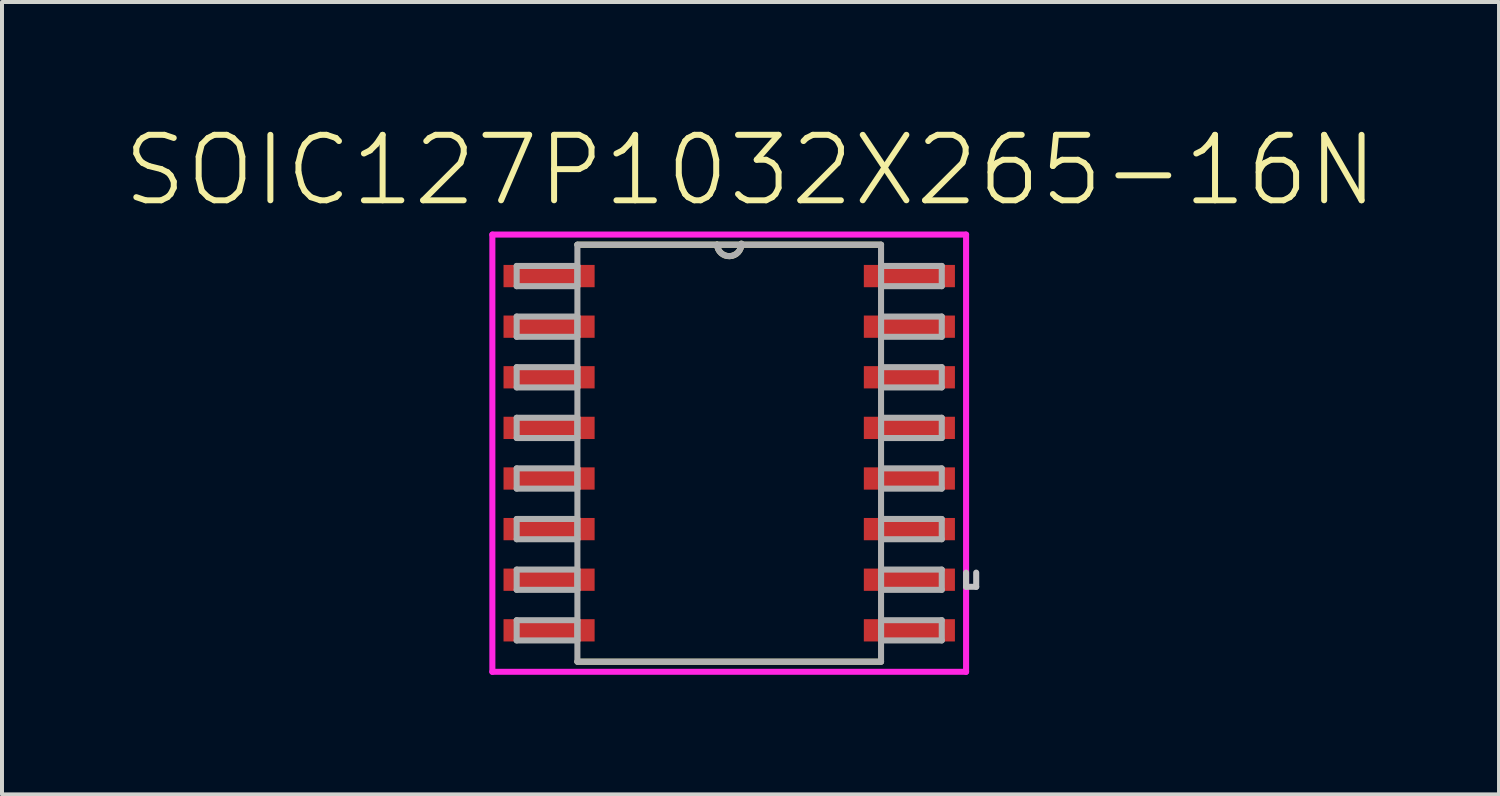
<source format=kicad_pcb>
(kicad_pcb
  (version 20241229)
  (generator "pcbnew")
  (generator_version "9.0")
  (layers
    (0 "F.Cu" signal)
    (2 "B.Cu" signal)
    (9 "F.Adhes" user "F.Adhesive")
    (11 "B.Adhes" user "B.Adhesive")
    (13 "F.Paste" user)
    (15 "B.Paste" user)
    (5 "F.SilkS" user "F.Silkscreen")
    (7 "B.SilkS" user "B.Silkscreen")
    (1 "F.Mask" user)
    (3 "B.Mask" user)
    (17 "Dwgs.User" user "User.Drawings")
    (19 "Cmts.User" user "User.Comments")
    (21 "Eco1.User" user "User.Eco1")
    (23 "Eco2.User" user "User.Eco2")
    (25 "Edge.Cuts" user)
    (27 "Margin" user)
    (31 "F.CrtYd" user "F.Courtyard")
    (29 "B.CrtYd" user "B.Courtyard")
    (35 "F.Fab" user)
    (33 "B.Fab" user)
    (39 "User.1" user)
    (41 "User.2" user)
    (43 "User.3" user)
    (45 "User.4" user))
  (footprint "SOIC127P1032X265-16N"
    (layer "F.Cu")
    (at 15.25 8.323)
    (property "Reference" "SOIC127P1032X265-16N" (at 0.534 -7.099 0) (layer "F.SilkS") (effects (font (size 1.643 1.643) (thickness 0.15))))
    (attr smd)
    (fp_line (start -3.81 5.232) (end 3.81 5.232) (stroke (width 0.152) (type solid)) (layer "F.SilkS"))
    (fp_line (start -0.305 -5.232) (end -3.81 -5.232) (stroke (width 0.152) (type solid)) (layer "F.SilkS"))
    (fp_line (start 3.81 -5.232) (end -0.305 -5.232) (stroke (width 0.152) (type solid)) (layer "F.SilkS"))
    (fp_arc (start 0.3048 -5.2578) (mid 0.0127 -4.9403) (end -0.3048 -5.2324) (stroke (width 0.1524) (type solid)) (layer "F.SilkS"))
    (fp_line (start 5.944 3.353) (end 5.944 2.997) (stroke (width 0.152) (type solid)) (layer "Dwgs.User"))
    (fp_line (start 6.198 2.997) (end 6.198 3.353) (stroke (width 0.152) (type solid)) (layer "Dwgs.User"))
    (fp_line (start 6.198 3.353) (end 5.944 3.353) (stroke (width 0.152) (type solid)) (layer "Dwgs.User"))
    (fp_line (start -5.944 -5.486) (end 5.944 -5.486) (stroke (width 0.152) (type solid)) (layer "F.CrtYd"))
    (fp_line (start -5.944 5.486) (end -5.944 -5.486) (stroke (width 0.152) (type solid)) (layer "F.CrtYd"))
    (fp_line (start 5.944 -5.486) (end 5.944 5.486) (stroke (width 0.152) (type solid)) (layer "F.CrtYd"))
    (fp_line (start 5.944 5.486) (end -5.944 5.486) (stroke (width 0.152) (type solid)) (layer "F.CrtYd"))
    (fp_line (start -5.334 -4.699) (end -5.334 -4.191) (stroke (width 0.152) (type solid)) (layer "F.Fab"))
    (fp_line (start -5.334 -4.191) (end -3.81 -4.191) (stroke (width 0.152) (type solid)) (layer "F.Fab"))
    (fp_line (start -5.334 -3.429) (end -5.334 -2.921) (stroke (width 0.152) (type solid)) (layer "F.Fab"))
    (fp_line (start -5.334 -2.921) (end -3.81 -2.921) (stroke (width 0.152) (type solid)) (layer "F.Fab"))
    (fp_line (start -5.334 -2.159) (end -5.334 -1.651) (stroke (width 0.152) (type solid)) (layer "F.Fab"))
    (fp_line (start -5.334 -1.651) (end -3.81 -1.651) (stroke (width 0.152) (type solid)) (layer "F.Fab"))
    (fp_line (start -5.334 -0.889) (end -5.334 -0.381) (stroke (width 0.152) (type solid)) (layer "F.Fab"))
    (fp_line (start -5.334 -0.381) (end -3.81 -0.381) (stroke (width 0.152) (type solid)) (layer "F.Fab"))
    (fp_line (start -5.334 0.381) (end -5.334 0.889) (stroke (width 0.152) (type solid)) (layer "F.Fab"))
    (fp_line (start -5.334 0.889) (end -3.81 0.889) (stroke (width 0.152) (type solid)) (layer "F.Fab"))
    (fp_line (start -5.334 1.651) (end -5.334 2.159) (stroke (width 0.152) (type solid)) (layer "F.Fab"))
    (fp_line (start -5.334 2.159) (end -3.81 2.159) (stroke (width 0.152) (type solid)) (layer "F.Fab"))
    (fp_line (start -5.334 2.921) (end -5.334 3.429) (stroke (width 0.152) (type solid)) (layer "F.Fab"))
    (fp_line (start -5.334 3.429) (end -3.81 3.429) (stroke (width 0.152) (type solid)) (layer "F.Fab"))
    (fp_line (start -5.334 4.191) (end -5.334 4.699) (stroke (width 0.152) (type solid)) (layer "F.Fab"))
    (fp_line (start -5.334 4.699) (end -3.81 4.699) (stroke (width 0.152) (type solid)) (layer "F.Fab"))
    (fp_line (start -3.81 -5.232) (end -3.81 5.232) (stroke (width 0.152) (type solid)) (layer "F.Fab"))
    (fp_line (start -3.81 -4.699) (end -5.334 -4.699) (stroke (width 0.152) (type solid)) (layer "F.Fab"))
    (fp_line (start -3.81 -4.191) (end -3.81 -4.699) (stroke (width 0.152) (type solid)) (layer "F.Fab"))
    (fp_line (start -3.81 -3.429) (end -5.334 -3.429) (stroke (width 0.152) (type solid)) (layer "F.Fab"))
    (fp_line (start -3.81 -2.921) (end -3.81 -3.429) (stroke (width 0.152) (type solid)) (layer "F.Fab"))
    (fp_line (start -3.81 -2.159) (end -5.334 -2.159) (stroke (width 0.152) (type solid)) (layer "F.Fab"))
    (fp_line (start -3.81 -1.651) (end -3.81 -2.159) (stroke (width 0.152) (type solid)) (layer "F.Fab"))
    (fp_line (start -3.81 -0.889) (end -5.334 -0.889) (stroke (width 0.152) (type solid)) (layer "F.Fab"))
    (fp_line (start -3.81 -0.381) (end -3.81 -0.889) (stroke (width 0.152) (type solid)) (layer "F.Fab"))
    (fp_line (start -3.81 0.381) (end -5.334 0.381) (stroke (width 0.152) (type solid)) (layer "F.Fab"))
    (fp_line (start -3.81 0.889) (end -3.81 0.381) (stroke (width 0.152) (type solid)) (layer "F.Fab"))
    (fp_line (start -3.81 1.651) (end -5.334 1.651) (stroke (width 0.152) (type solid)) (layer "F.Fab"))
    (fp_line (start -3.81 2.159) (end -3.81 1.651) (stroke (width 0.152) (type solid)) (layer "F.Fab"))
    (fp_line (start -3.81 2.921) (end -5.334 2.921) (stroke (width 0.152) (type solid)) (layer "F.Fab"))
    (fp_line (start -3.81 3.429) (end -3.81 2.921) (stroke (width 0.152) (type solid)) (layer "F.Fab"))
    (fp_line (start -3.81 4.191) (end -5.334 4.191) (stroke (width 0.152) (type solid)) (layer "F.Fab"))
    (fp_line (start -3.81 4.699) (end -3.81 4.191) (stroke (width 0.152) (type solid)) (layer "F.Fab"))
    (fp_line (start -3.81 5.232) (end 3.81 5.232) (stroke (width 0.152) (type solid)) (layer "F.Fab"))
    (fp_line (start -0.305 -5.232) (end -3.81 -5.232) (stroke (width 0.152) (type solid)) (layer "F.Fab"))
    (fp_line (start 3.81 -5.232) (end -0.305 -5.232) (stroke (width 0.152) (type solid)) (layer "F.Fab"))
    (fp_line (start 3.81 -4.699) (end 3.81 -4.191) (stroke (width 0.152) (type solid)) (layer "F.Fab"))
    (fp_line (start 3.81 -4.191) (end 5.334 -4.191) (stroke (width 0.152) (type solid)) (layer "F.Fab"))
    (fp_line (start 3.81 -3.429) (end 3.81 -2.921) (stroke (width 0.152) (type solid)) (layer "F.Fab"))
    (fp_line (start 3.81 -2.921) (end 5.334 -2.921) (stroke (width 0.152) (type solid)) (layer "F.Fab"))
    (fp_line (start 3.81 -2.159) (end 3.81 -1.651) (stroke (width 0.152) (type solid)) (layer "F.Fab"))
    (fp_line (start 3.81 -1.651) (end 5.334 -1.651) (stroke (width 0.152) (type solid)) (layer "F.Fab"))
    (fp_line (start 3.81 -0.889) (end 3.81 -0.381) (stroke (width 0.152) (type solid)) (layer "F.Fab"))
    (fp_line (start 3.81 -0.381) (end 5.334 -0.381) (stroke (width 0.152) (type solid)) (layer "F.Fab"))
    (fp_line (start 3.81 0.381) (end 3.81 0.889) (stroke (width 0.152) (type solid)) (layer "F.Fab"))
    (fp_line (start 3.81 0.889) (end 5.334 0.889) (stroke (width 0.152) (type solid)) (layer "F.Fab"))
    (fp_line (start 3.81 1.651) (end 3.81 2.159) (stroke (width 0.152) (type solid)) (layer "F.Fab"))
    (fp_line (start 3.81 2.159) (end 5.334 2.159) (stroke (width 0.152) (type solid)) (layer "F.Fab"))
    (fp_line (start 3.81 2.921) (end 3.81 3.429) (stroke (width 0.152) (type solid)) (layer "F.Fab"))
    (fp_line (start 3.81 3.429) (end 5.334 3.429) (stroke (width 0.152) (type solid)) (layer "F.Fab"))
    (fp_line (start 3.81 4.191) (end 3.81 4.699) (stroke (width 0.152) (type solid)) (layer "F.Fab"))
    (fp_line (start 3.81 4.699) (end 5.334 4.699) (stroke (width 0.152) (type solid)) (layer "F.Fab"))
    (fp_line (start 3.81 5.232) (end 3.81 -5.232) (stroke (width 0.152) (type solid)) (layer "F.Fab"))
    (fp_line (start 5.334 -4.699) (end 3.81 -4.699) (stroke (width 0.152) (type solid)) (layer "F.Fab"))
    (fp_line (start 5.334 -4.191) (end 5.334 -4.699) (stroke (width 0.152) (type solid)) (layer "F.Fab"))
    (fp_line (start 5.334 -3.429) (end 3.81 -3.429) (stroke (width 0.152) (type solid)) (layer "F.Fab"))
    (fp_line (start 5.334 -2.921) (end 5.334 -3.429) (stroke (width 0.152) (type solid)) (layer "F.Fab"))
    (fp_line (start 5.334 -2.159) (end 3.81 -2.159) (stroke (width 0.152) (type solid)) (layer "F.Fab"))
    (fp_line (start 5.334 -1.651) (end 5.334 -2.159) (stroke (width 0.152) (type solid)) (layer "F.Fab"))
    (fp_line (start 5.334 -0.889) (end 3.81 -0.889) (stroke (width 0.152) (type solid)) (layer "F.Fab"))
    (fp_line (start 5.334 -0.381) (end 5.334 -0.889) (stroke (width 0.152) (type solid)) (layer "F.Fab"))
    (fp_line (start 5.334 0.381) (end 3.81 0.381) (stroke (width 0.152) (type solid)) (layer "F.Fab"))
    (fp_line (start 5.334 0.889) (end 5.334 0.381) (stroke (width 0.152) (type solid)) (layer "F.Fab"))
    (fp_line (start 5.334 1.651) (end 3.81 1.651) (stroke (width 0.152) (type solid)) (layer "F.Fab"))
    (fp_line (start 5.334 2.159) (end 5.334 1.651) (stroke (width 0.152) (type solid)) (layer "F.Fab"))
    (fp_line (start 5.334 2.921) (end 3.81 2.921) (stroke (width 0.152) (type solid)) (layer "F.Fab"))
    (fp_line (start 5.334 3.429) (end 5.334 2.921) (stroke (width 0.152) (type solid)) (layer "F.Fab"))
    (fp_line (start 5.334 4.191) (end 3.81 4.191) (stroke (width 0.152) (type solid)) (layer "F.Fab"))
    (fp_line (start 5.334 4.699) (end 5.334 4.191) (stroke (width 0.152) (type solid)) (layer "F.Fab"))
    (fp_arc (start 0.3048 -5.2578) (mid 0.0127 -4.9403) (end -0.3048 -5.2324) (stroke (width 0.1524) (type solid)) (layer "F.Fab"))
    (pad "1" smd rect (at -4.521 -4.445) (size 2.286 0.559) (layers "F.Cu" "F.Mask" "F.Paste"))
    (pad "2" smd rect (at -4.521 -3.175) (size 2.286 0.559) (layers "F.Cu" "F.Mask" "F.Paste"))
    (pad "3" smd rect (at -4.521 -1.905) (size 2.286 0.559) (layers "F.Cu" "F.Mask" "F.Paste"))
    (pad "4" smd rect (at -4.521 -0.635) (size 2.286 0.559) (layers "F.Cu" "F.Mask" "F.Paste"))
    (pad "5" smd rect (at -4.521 0.635) (size 2.286 0.559) (layers "F.Cu" "F.Mask" "F.Paste"))
    (pad "6" smd rect (at -4.521 1.905) (size 2.286 0.559) (layers "F.Cu" "F.Mask" "F.Paste"))
    (pad "7" smd rect (at -4.521 3.175) (size 2.286 0.559) (layers "F.Cu" "F.Mask" "F.Paste"))
    (pad "8" smd rect (at -4.521 4.445) (size 2.286 0.559) (layers "F.Cu" "F.Mask" "F.Paste"))
    (pad "9" smd rect (at 4.521 4.445) (size 2.286 0.559) (layers "F.Cu" "F.Mask" "F.Paste"))
    (pad "10" smd rect (at 4.521 3.175) (size 2.286 0.559) (layers "F.Cu" "F.Mask" "F.Paste"))
    (pad "11" smd rect (at 4.521 1.905) (size 2.286 0.559) (layers "F.Cu" "F.Mask" "F.Paste"))
    (pad "12" smd rect (at 4.521 0.635) (size 2.286 0.559) (layers "F.Cu" "F.Mask" "F.Paste"))
    (pad "13" smd rect (at 4.521 -0.635) (size 2.286 0.559) (layers "F.Cu" "F.Mask" "F.Paste"))
    (pad "14" smd rect (at 4.521 -1.905) (size 2.286 0.559) (layers "F.Cu" "F.Mask" "F.Paste"))
    (pad "15" smd rect (at 4.521 -3.175) (size 2.286 0.559) (layers "F.Cu" "F.Mask" "F.Paste"))
    (pad "16" smd rect (at 4.521 -4.445) (size 2.286 0.559) (layers "F.Cu" "F.Mask" "F.Paste")))
  (gr_rect
    (start -3 -3)
    (end 34.568 16.885)
    (stroke (width 0.1) (type default))
    (fill no)
    (layer "Edge.Cuts")))
</source>
